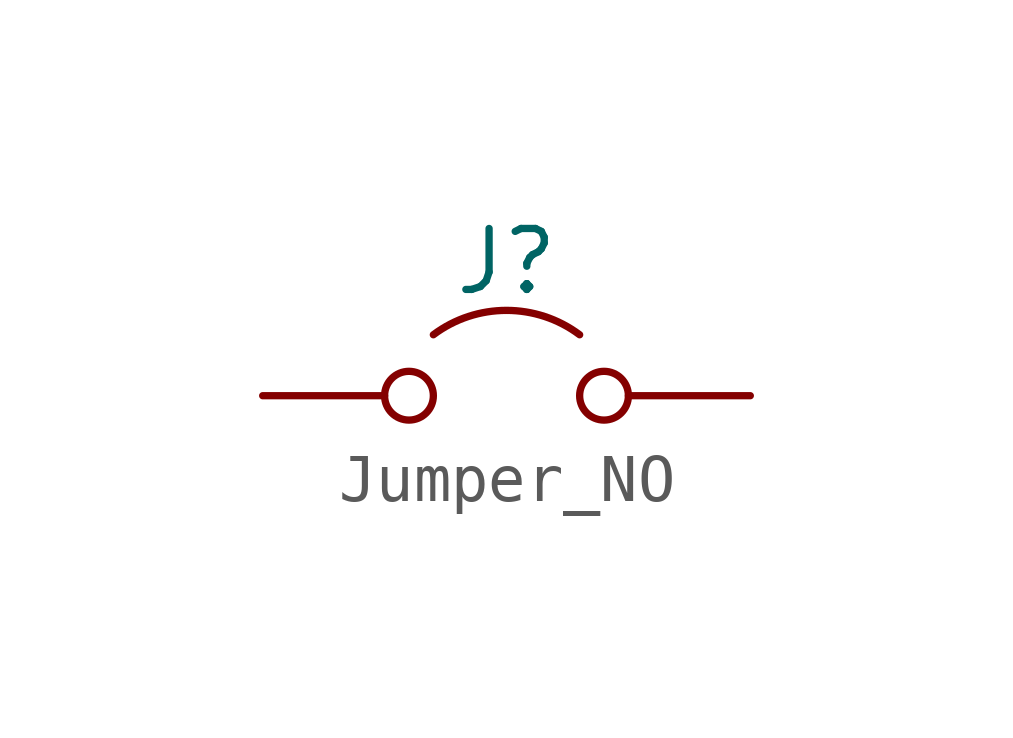
<source format=kicad_sym>
(kicad_symbol_lib
  (version 20211014)
  (generator kicad_symbol_editor)
  (symbol "Jumper_NO"
    (pin_numbers hide)
    (pin_names
      (offset 0) hide)
    (property "Reference" "J"
      (at 0 2.794 0)
      (effects (font (size 1.27 1.27))))
    (symbol "Jumper_NO_0_0"
      (circle (center -2.032 0) (radius 0.508) (stroke (width 0) (type default) (color 0 0 0 0)) (fill (type none)))
      (circle (center 2.032 0) (radius 0.508) (stroke (width 0) (type default) (color 0 0 0 0)) (fill (type none))))
    (symbol "Jumper_NO_0_1"
      (arc (start 1.524 1.27) (mid 0 1.778) (end -1.524 1.27) (stroke (width 0) (type default) (color 0 0 0 0)) (fill (type none))))
    (symbol "Jumper_NO_1_1"
      (pin passive line (at -5.08 0 0) (length 2.54) (name "A" (effects (font (size 1.27 1.27)))) (number "1" (effects (font (size 1.27 1.27)))))
      (pin passive line (at 5.08 0 180) (length 2.54) (name "B" (effects (font (size 1.27 1.27)))) (number "2" (effects (font (size 1.27 1.27))))))))
</source>
